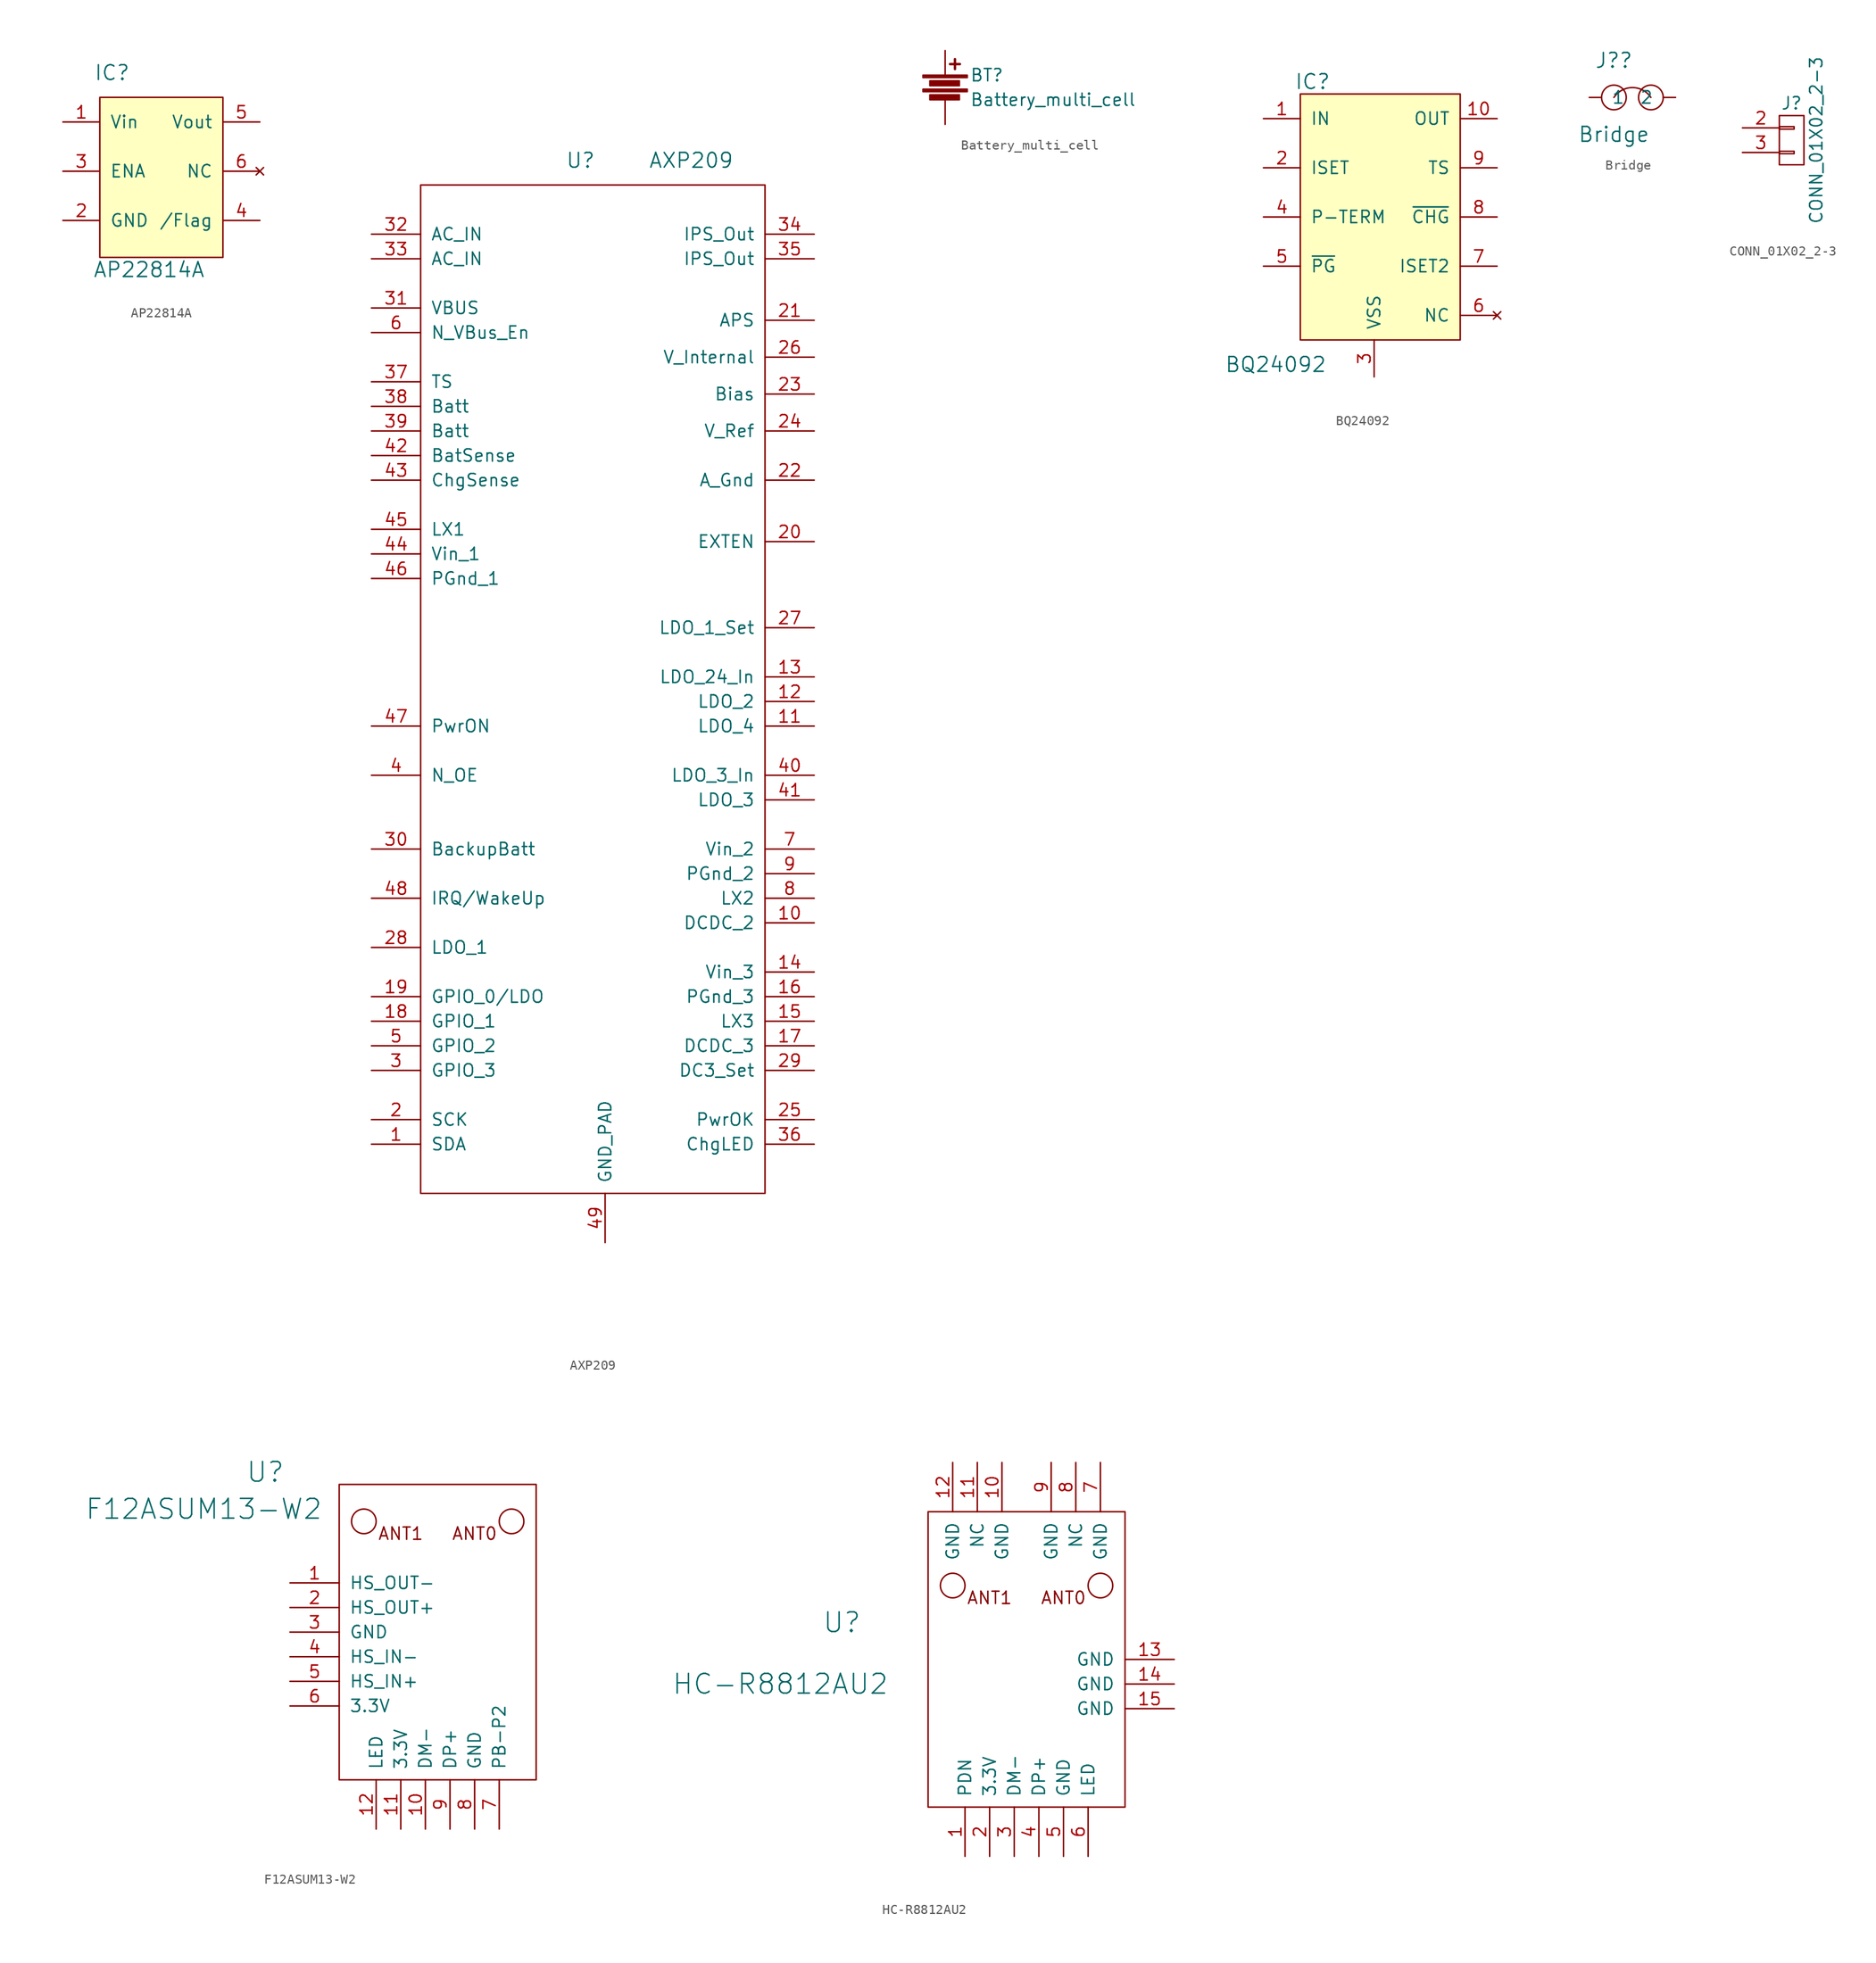
<source format=kicad_sym>
(kicad_symbol_lib
  (version 20210619)
  (generator kicad_symbol_editor)
  (symbol "CustomComponents:AP22814A"
    (pin_names
      (offset 1.016))
    (property "Reference" "IC"
      (at -3.81 8.89 0)
      (effects (font (size 1.524 1.524))))
    (property "Value" "AP22814A"
      (at 0 -11.43 0)
      (effects (font (size 1.524 1.524))))
    (symbol "AP22814A_0_1"
      (rectangle (start -5.08 6.35) (end 7.62 -10.16) (stroke (width 0)) (fill (type background))))
    (symbol "AP22814A_1_1"
      (pin input line (at -8.89 3.81 0) (length 3.81) (name "Vin" (effects (font (size 1.27 1.27)))) (number "1" (effects (font (size 1.27 1.27)))))
      (pin input line (at -8.89 -6.35 0) (length 3.81) (name "GND" (effects (font (size 1.27 1.27)))) (number "2" (effects (font (size 1.27 1.27)))))
      (pin input line (at -8.89 -1.27 0) (length 3.81) (name "ENA" (effects (font (size 1.27 1.27)))) (number "3" (effects (font (size 1.27 1.27)))))
      (pin output line (at 11.43 -6.35 180) (length 3.81) (name "/Flag" (effects (font (size 1.27 1.27)))) (number "4" (effects (font (size 1.27 1.27)))))
      (pin power_out line (at 11.43 3.81 180) (length 3.81) (name "Vout" (effects (font (size 1.27 1.27)))) (number "5" (effects (font (size 1.27 1.27)))))
      (pin no_connect line (at 11.43 -1.27 180) (length 3.81) (name "NC" (effects (font (size 1.27 1.27)))) (number "6" (effects (font (size 1.27 1.27)))))))
  (symbol "CustomComponents:AXP209"
    (pin_names
      (offset 1.016))
    (property "Reference" "U"
      (at -6.35 40.64 0)
      (effects (font (size 1.524 1.524))))
    (property "Value" "AXP209"
      (at 5.08 40.64 0)
      (effects (font (size 1.524 1.524))))
    (symbol "AXP209_0_1"
      (rectangle (start -22.86 38.1) (end 12.7 -66.04) (stroke (width 0)) (fill (type none))))
    (symbol "AXP209_1_1"
      (pin input line (at -27.94 -60.96 0) (length 5.08) (name "SDA" (effects (font (size 1.27 1.27)))) (number "1" (effects (font (size 1.27 1.27)))))
      (pin input line (at 17.78 -38.1 180) (length 5.08) (name "DCDC_2" (effects (font (size 1.27 1.27)))) (number "10" (effects (font (size 1.27 1.27)))))
      (pin input line (at 17.78 -17.78 180) (length 5.08) (name "LDO_4" (effects (font (size 1.27 1.27)))) (number "11" (effects (font (size 1.27 1.27)))))
      (pin input line (at 17.78 -15.24 180) (length 5.08) (name "LDO_2" (effects (font (size 1.27 1.27)))) (number "12" (effects (font (size 1.27 1.27)))))
      (pin input line (at 17.78 -12.7 180) (length 5.08) (name "LDO_24_In" (effects (font (size 1.27 1.27)))) (number "13" (effects (font (size 1.27 1.27)))))
      (pin input line (at 17.78 -43.18 180) (length 5.08) (name "Vin_3" (effects (font (size 1.27 1.27)))) (number "14" (effects (font (size 1.27 1.27)))))
      (pin input line (at 17.78 -48.26 180) (length 5.08) (name "LX3" (effects (font (size 1.27 1.27)))) (number "15" (effects (font (size 1.27 1.27)))))
      (pin input line (at 17.78 -45.72 180) (length 5.08) (name "PGnd_3" (effects (font (size 1.27 1.27)))) (number "16" (effects (font (size 1.27 1.27)))))
      (pin input line (at 17.78 -50.8 180) (length 5.08) (name "DCDC_3" (effects (font (size 1.27 1.27)))) (number "17" (effects (font (size 1.27 1.27)))))
      (pin input line (at -27.94 -48.26 0) (length 5.08) (name "GPIO_1" (effects (font (size 1.27 1.27)))) (number "18" (effects (font (size 1.27 1.27)))))
      (pin input line (at -27.94 -45.72 0) (length 5.08) (name "GPIO_0/LDO" (effects (font (size 1.27 1.27)))) (number "19" (effects (font (size 1.27 1.27)))))
      (pin input line (at -27.94 -58.42 0) (length 5.08) (name "SCK" (effects (font (size 1.27 1.27)))) (number "2" (effects (font (size 1.27 1.27)))))
      (pin output line (at 17.78 1.27 180) (length 5.08) (name "EXTEN" (effects (font (size 1.27 1.27)))) (number "20" (effects (font (size 1.27 1.27)))))
      (pin input line (at 17.78 24.13 180) (length 5.08) (name "APS" (effects (font (size 1.27 1.27)))) (number "21" (effects (font (size 1.27 1.27)))))
      (pin input line (at 17.78 7.62 180) (length 5.08) (name "A_Gnd" (effects (font (size 1.27 1.27)))) (number "22" (effects (font (size 1.27 1.27)))))
      (pin input line (at 17.78 16.51 180) (length 5.08) (name "Bias" (effects (font (size 1.27 1.27)))) (number "23" (effects (font (size 1.27 1.27)))))
      (pin input line (at 17.78 12.7 180) (length 5.08) (name "V_Ref" (effects (font (size 1.27 1.27)))) (number "24" (effects (font (size 1.27 1.27)))))
      (pin input line (at 17.78 -58.42 180) (length 5.08) (name "PwrOK" (effects (font (size 1.27 1.27)))) (number "25" (effects (font (size 1.27 1.27)))))
      (pin input line (at 17.78 20.32 180) (length 5.08) (name "V_Internal" (effects (font (size 1.27 1.27)))) (number "26" (effects (font (size 1.27 1.27)))))
      (pin input line (at 17.78 -7.62 180) (length 5.08) (name "LDO_1_Set" (effects (font (size 1.27 1.27)))) (number "27" (effects (font (size 1.27 1.27)))))
      (pin input line (at -27.94 -40.64 0) (length 5.08) (name "LDO_1" (effects (font (size 1.27 1.27)))) (number "28" (effects (font (size 1.27 1.27)))))
      (pin input line (at 17.78 -53.34 180) (length 5.08) (name "DC3_Set" (effects (font (size 1.27 1.27)))) (number "29" (effects (font (size 1.27 1.27)))))
      (pin input line (at -27.94 -53.34 0) (length 5.08) (name "GPIO_3" (effects (font (size 1.27 1.27)))) (number "3" (effects (font (size 1.27 1.27)))))
      (pin input line (at -27.94 -30.48 0) (length 5.08) (name "BackupBatt" (effects (font (size 1.27 1.27)))) (number "30" (effects (font (size 1.27 1.27)))))
      (pin input line (at -27.94 25.4 0) (length 5.08) (name "VBUS" (effects (font (size 1.27 1.27)))) (number "31" (effects (font (size 1.27 1.27)))))
      (pin input line (at -27.94 33.02 0) (length 5.08) (name "AC_IN" (effects (font (size 1.27 1.27)))) (number "32" (effects (font (size 1.27 1.27)))))
      (pin input line (at -27.94 30.48 0) (length 5.08) (name "AC_IN" (effects (font (size 1.27 1.27)))) (number "33" (effects (font (size 1.27 1.27)))))
      (pin input line (at 17.78 33.02 180) (length 5.08) (name "IPS_Out" (effects (font (size 1.27 1.27)))) (number "34" (effects (font (size 1.27 1.27)))))
      (pin input line (at 17.78 30.48 180) (length 5.08) (name "IPS_Out" (effects (font (size 1.27 1.27)))) (number "35" (effects (font (size 1.27 1.27)))))
      (pin input line (at 17.78 -60.96 180) (length 5.08) (name "ChgLED" (effects (font (size 1.27 1.27)))) (number "36" (effects (font (size 1.27 1.27)))))
      (pin input line (at -27.94 17.78 0) (length 5.08) (name "TS" (effects (font (size 1.27 1.27)))) (number "37" (effects (font (size 1.27 1.27)))))
      (pin input line (at -27.94 15.24 0) (length 5.08) (name "Batt" (effects (font (size 1.27 1.27)))) (number "38" (effects (font (size 1.27 1.27)))))
      (pin input line (at -27.94 12.7 0) (length 5.08) (name "Batt" (effects (font (size 1.27 1.27)))) (number "39" (effects (font (size 1.27 1.27)))))
      (pin input line (at -27.94 -22.86 0) (length 5.08) (name "N_OE" (effects (font (size 1.27 1.27)))) (number "4" (effects (font (size 1.27 1.27)))))
      (pin input line (at 17.78 -22.86 180) (length 5.08) (name "LDO_3_In" (effects (font (size 1.27 1.27)))) (number "40" (effects (font (size 1.27 1.27)))))
      (pin input line (at 17.78 -25.4 180) (length 5.08) (name "LDO_3" (effects (font (size 1.27 1.27)))) (number "41" (effects (font (size 1.27 1.27)))))
      (pin input line (at -27.94 10.16 0) (length 5.08) (name "BatSense" (effects (font (size 1.27 1.27)))) (number "42" (effects (font (size 1.27 1.27)))))
      (pin input line (at -27.94 7.62 0) (length 5.08) (name "ChgSense" (effects (font (size 1.27 1.27)))) (number "43" (effects (font (size 1.27 1.27)))))
      (pin input line (at -27.94 0 0) (length 5.08) (name "Vin_1" (effects (font (size 1.27 1.27)))) (number "44" (effects (font (size 1.27 1.27)))))
      (pin input line (at -27.94 2.54 0) (length 5.08) (name "LX1" (effects (font (size 1.27 1.27)))) (number "45" (effects (font (size 1.27 1.27)))))
      (pin input line (at -27.94 -2.54 0) (length 5.08) (name "PGnd_1" (effects (font (size 1.27 1.27)))) (number "46" (effects (font (size 1.27 1.27)))))
      (pin input line (at -27.94 -17.78 0) (length 5.08) (name "PwrON" (effects (font (size 1.27 1.27)))) (number "47" (effects (font (size 1.27 1.27)))))
      (pin input line (at -27.94 -35.56 0) (length 5.08) (name "IRQ/WakeUp" (effects (font (size 1.27 1.27)))) (number "48" (effects (font (size 1.27 1.27)))))
      (pin input line (at -3.81 -71.12 90) (length 5.08) (name "GND_PAD" (effects (font (size 1.27 1.27)))) (number "49" (effects (font (size 1.27 1.27)))))
      (pin input line (at -27.94 -50.8 0) (length 5.08) (name "GPIO_2" (effects (font (size 1.27 1.27)))) (number "5" (effects (font (size 1.27 1.27)))))
      (pin input line (at -27.94 22.86 0) (length 5.08) (name "N_VBus_En" (effects (font (size 1.27 1.27)))) (number "6" (effects (font (size 1.27 1.27)))))
      (pin input line (at 17.78 -30.48 180) (length 5.08) (name "Vin_2" (effects (font (size 1.27 1.27)))) (number "7" (effects (font (size 1.27 1.27)))))
      (pin input line (at 17.78 -35.56 180) (length 5.08) (name "LX2" (effects (font (size 1.27 1.27)))) (number "8" (effects (font (size 1.27 1.27)))))
      (pin input line (at 17.78 -33.02 180) (length 5.08) (name "PGnd_2" (effects (font (size 1.27 1.27)))) (number "9" (effects (font (size 1.27 1.27)))))))
  (symbol "CustomComponents:Battery_multi_cell"
    (pin_numbers hide)
    (pin_names
      (offset 0))
    (property "Reference" "BT"
      (at 2.54 1.27 0)
      (effects (font (size 1.27 1.27)) (justify left)))
    (property "Value" "Battery_multi_cell"
      (at 2.54 -1.27 0)
      (effects (font (size 1.27 1.27)) (justify left)))
    (property "Footprint" ""
      (at 0 1.016 90)
      (effects (font (size 1.27 1.27))))
    (property "Datasheet" ""
      (at 0 1.016 90)
      (effects (font (size 1.27 1.27))))
    (symbol "Battery_multi_cell_0_1"
      (rectangle (start -2.286 -0.178) (end 2.286 -0.432) (stroke (width 0)) (fill (type outline)))
      (rectangle (start -2.286 1.27) (end 2.286 1.016) (stroke (width 0)) (fill (type outline)))
      (rectangle (start -1.575 -0.762) (end 1.473 -1.27) (stroke (width 0)) (fill (type outline)))
      (rectangle (start -1.575 0.686) (end 1.473 0.178) (stroke (width 0)) (fill (type outline)))
      (polyline (pts (xy 0.508 2.413) (xy 1.524 2.413)) (stroke (width 0.254)) (fill (type none)))
      (polyline (pts (xy 1.016 2.921) (xy 1.016 1.905)) (stroke (width 0.254)) (fill (type none))))
    (symbol "Battery_multi_cell_1_1"
      (pin passive line (at 0 3.81 270) (length 2.54) (name "~" (effects (font (size 1.27 1.27)))) (number "1" (effects (font (size 1.27 1.27)))))
      (pin passive line (at 0 -3.81 90) (length 2.54) (name "~" (effects (font (size 1.27 1.27)))) (number "2" (effects (font (size 1.27 1.27)))))))
  (symbol "CustomComponents:BQ24092"
    (pin_names
      (offset 1.016))
    (property "Reference" "IC"
      (at -3.81 8.89 0)
      (effects (font (size 1.524 1.524))))
    (property "Value" "BQ24092"
      (at -7.62 -20.32 0)
      (effects (font (size 1.524 1.524))))
    (property "Footprint" ""
      (at 0 0 0)
      (effects (font (size 1.524 1.524))))
    (property "Datasheet" ""
      (at 0 0 0)
      (effects (font (size 1.524 1.524))))
    (symbol "BQ24092_0_1"
      (rectangle (start -5.08 7.62) (end 11.43 -17.78) (stroke (width 0)) (fill (type background))))
    (symbol "BQ24092_1_1"
      (pin power_in line (at -8.89 5.08 0) (length 3.81) (name "IN" (effects (font (size 1.27 1.27)))) (number "1" (effects (font (size 1.27 1.27)))))
      (pin power_out line (at 15.24 5.08 180) (length 3.81) (name "OUT" (effects (font (size 1.27 1.27)))) (number "10" (effects (font (size 1.27 1.27)))))
      (pin input line (at -8.89 0 0) (length 3.81) (name "ISET" (effects (font (size 1.27 1.27)))) (number "2" (effects (font (size 1.27 1.27)))))
      (pin power_in line (at 2.54 -21.59 90) (length 3.81) (name "VSS" (effects (font (size 1.27 1.27)))) (number "3" (effects (font (size 1.27 1.27)))))
      (pin input line (at -8.89 -5.08 0) (length 3.81) (name "P-TERM" (effects (font (size 1.27 1.27)))) (number "4" (effects (font (size 1.27 1.27)))))
      (pin open_collector line (at -8.89 -10.16 0) (length 3.81) (name "~{PG}" (effects (font (size 1.27 1.27)))) (number "5" (effects (font (size 1.27 1.27)))))
      (pin no_connect line (at 15.24 -15.24 180) (length 3.81) (name "NC" (effects (font (size 1.27 1.27)))) (number "6" (effects (font (size 1.27 1.27)))))
      (pin input line (at 15.24 -10.16 180) (length 3.81) (name "ISET2" (effects (font (size 1.27 1.27)))) (number "7" (effects (font (size 1.27 1.27)))))
      (pin open_collector line (at 15.24 -5.08 180) (length 3.81) (name "~{CHG}" (effects (font (size 1.27 1.27)))) (number "8" (effects (font (size 1.27 1.27)))))
      (pin input line (at 15.24 0 180) (length 3.81) (name "TS" (effects (font (size 1.27 1.27)))) (number "9" (effects (font (size 1.27 1.27)))))))
  (symbol "CustomComponents:Bridge"
    (pin_names
      (offset 1.016))
    (property "Reference" "J?"
      (at -1.27 3.81 0)
      (effects (font (size 1.524 1.524))))
    (property "Value" "Bridge"
      (at -1.27 -3.81 0)
      (effects (font (size 1.524 1.524))))
    (symbol "Bridge_0_1"
      (arc (start -1.27 0) (end 2.54 0) (radius (at 0.635 -1.27) (length 2.286) (angles 146.3 33.7)) (stroke (width 0)) (fill (type none)))
      (circle (center -1.27 0) (radius 1.27) (stroke (width 0)) (fill (type none)))
      (circle (center 2.54 0) (radius 1.27) (stroke (width 0)) (fill (type none))))
    (symbol "Bridge_1_1"
      (pin bidirectional line (at -3.81 0 0) (length 1.27) (name "1" (effects (font (size 1.27 1.27)))) (number "~" (effects (font (size 1.27 1.27)))))
      (pin bidirectional line (at 5.08 0 180) (length 1.27) (name "2" (effects (font (size 1.27 1.27)))) (number "~" (effects (font (size 1.27 1.27)))))))
  (symbol "CustomComponents:CONN_01X02_2-3"
    (pin_names
      (offset 1.016) hide)
    (property "Reference" "J"
      (at 0 3.81 0)
      (effects (font (size 1.27 1.27))))
    (property "Value" "CONN_01X02_2-3"
      (at 2.54 0 90)
      (effects (font (size 1.27 1.27))))
    (symbol "CONN_01X02_2-3_0_1"
      (rectangle (start -1.27 -1.143) (end 0.254 -1.397) (stroke (width 0)) (fill (type none)))
      (rectangle (start -1.27 1.397) (end 0.254 1.143) (stroke (width 0)) (fill (type none)))
      (rectangle (start -1.27 2.54) (end 1.27 -2.54) (stroke (width 0)) (fill (type none))))
    (symbol "CONN_01X02_2-3_1_1"
      (pin passive line (at -5.08 1.27 0) (length 3.81) (name "P2" (effects (font (size 1.27 1.27)))) (number "2" (effects (font (size 1.27 1.27)))))
      (pin passive line (at -5.08 -1.27 0) (length 3.81) (name "P3" (effects (font (size 1.27 1.27)))) (number "3" (effects (font (size 1.27 1.27)))))))
  (symbol "CustomComponents:F12ASUM13-W2"
    (pin_names
      (offset 1.016))
    (property "Reference" "U"
      (at -25.4 31.75 0)
      (effects (font (size 2.032 2.032))))
    (property "Value" "F12ASUM13-W2"
      (at -31.75 27.94 0)
      (effects (font (size 2.032 2.032))))
    (symbol "F12ASUM13-W2_0_0"
      (text "ANT0" (at -3.81 25.4 0) (effects (font (size 1.27 1.27))))
      (text "ANT1" (at -11.43 25.4 0) (effects (font (size 1.27 1.27)))))
    (symbol "F12ASUM13-W2_0_1"
      (circle (center -15.24 26.67) (radius 1.27) (stroke (width 0)) (fill (type none)))
      (circle (center 0 26.67) (radius 1.27) (stroke (width 0)) (fill (type none)))
      (rectangle (start -17.78 0) (end 2.54 30.48) (stroke (width 0)) (fill (type none))))
    (symbol "F12ASUM13-W2_1_1"
      (pin input line (at -22.86 20.32 0) (length 5.08) (name "HS_OUT-" (effects (font (size 1.27 1.27)))) (number "1" (effects (font (size 1.27 1.27)))))
      (pin input line (at -8.89 -5.08 90) (length 5.08) (name "DM-" (effects (font (size 1.27 1.27)))) (number "10" (effects (font (size 1.27 1.27)))))
      (pin input line (at -11.43 -5.08 90) (length 5.08) (name "3.3V" (effects (font (size 1.27 1.27)))) (number "11" (effects (font (size 1.27 1.27)))))
      (pin input line (at -13.97 -5.08 90) (length 5.08) (name "LED" (effects (font (size 1.27 1.27)))) (number "12" (effects (font (size 1.27 1.27)))))
      (pin input line (at -22.86 17.78 0) (length 5.08) (name "HS_OUT+" (effects (font (size 1.27 1.27)))) (number "2" (effects (font (size 1.27 1.27)))))
      (pin input line (at -22.86 15.24 0) (length 5.08) (name "GND" (effects (font (size 1.27 1.27)))) (number "3" (effects (font (size 1.27 1.27)))))
      (pin input line (at -22.86 12.7 0) (length 5.08) (name "HS_IN-" (effects (font (size 1.27 1.27)))) (number "4" (effects (font (size 1.27 1.27)))))
      (pin input line (at -22.86 10.16 0) (length 5.08) (name "HS_IN+" (effects (font (size 1.27 1.27)))) (number "5" (effects (font (size 1.27 1.27)))))
      (pin input line (at -22.86 7.62 0) (length 5.08) (name "3.3V" (effects (font (size 1.27 1.27)))) (number "6" (effects (font (size 1.27 1.27)))))
      (pin input line (at -1.27 -5.08 90) (length 5.08) (name "PB-P2" (effects (font (size 1.27 1.27)))) (number "7" (effects (font (size 1.27 1.27)))))
      (pin input line (at -3.81 -5.08 90) (length 5.08) (name "GND" (effects (font (size 1.27 1.27)))) (number "8" (effects (font (size 1.27 1.27)))))
      (pin input line (at -6.35 -5.08 90) (length 5.08) (name "DP+" (effects (font (size 1.27 1.27)))) (number "9" (effects (font (size 1.27 1.27)))))))
  (symbol "CustomComponents:HC-R8812AU2"
    (pin_names
      (offset 1.016))
    (property "Reference" "U"
      (at -26.67 19.05 0)
      (effects (font (size 2.032 2.032))))
    (property "Value" "HC-R8812AU2"
      (at -33.02 12.7 0)
      (effects (font (size 2.032 2.032))))
    (symbol "HC-R8812AU2_0_0"
      (text "ANT0" (at -3.81 21.59 0) (effects (font (size 1.27 1.27))))
      (text "ANT1" (at -11.43 21.59 0) (effects (font (size 1.27 1.27)))))
    (symbol "HC-R8812AU2_0_1"
      (circle (center -15.24 22.86) (radius 1.27) (stroke (width 0)) (fill (type none)))
      (circle (center 0 22.86) (radius 1.27) (stroke (width 0)) (fill (type none)))
      (rectangle (start -17.78 0) (end 2.54 30.48) (stroke (width 0)) (fill (type none))))
    (symbol "HC-R8812AU2_1_1"
      (pin input line (at -13.97 -5.08 90) (length 5.08) (name "PDN" (effects (font (size 1.27 1.27)))) (number "1" (effects (font (size 1.27 1.27)))))
      (pin input line (at -10.16 35.56 270) (length 5.08) (name "GND" (effects (font (size 1.27 1.27)))) (number "10" (effects (font (size 1.27 1.27)))))
      (pin input line (at -12.7 35.56 270) (length 5.08) (name "NC" (effects (font (size 1.27 1.27)))) (number "11" (effects (font (size 1.27 1.27)))))
      (pin input line (at -15.24 35.56 270) (length 5.08) (name "GND" (effects (font (size 1.27 1.27)))) (number "12" (effects (font (size 1.27 1.27)))))
      (pin input line (at 7.62 15.24 180) (length 5.08) (name "GND" (effects (font (size 1.27 1.27)))) (number "13" (effects (font (size 1.27 1.27)))))
      (pin input line (at 7.62 12.7 180) (length 5.08) (name "GND" (effects (font (size 1.27 1.27)))) (number "14" (effects (font (size 1.27 1.27)))))
      (pin input line (at 7.62 10.16 180) (length 5.08) (name "GND" (effects (font (size 1.27 1.27)))) (number "15" (effects (font (size 1.27 1.27)))))
      (pin input line (at -11.43 -5.08 90) (length 5.08) (name "3.3V" (effects (font (size 1.27 1.27)))) (number "2" (effects (font (size 1.27 1.27)))))
      (pin input line (at -8.89 -5.08 90) (length 5.08) (name "DM-" (effects (font (size 1.27 1.27)))) (number "3" (effects (font (size 1.27 1.27)))))
      (pin input line (at -6.35 -5.08 90) (length 5.08) (name "DP+" (effects (font (size 1.27 1.27)))) (number "4" (effects (font (size 1.27 1.27)))))
      (pin input line (at -3.81 -5.08 90) (length 5.08) (name "GND" (effects (font (size 1.27 1.27)))) (number "5" (effects (font (size 1.27 1.27)))))
      (pin input line (at -1.27 -5.08 90) (length 5.08) (name "LED" (effects (font (size 1.27 1.27)))) (number "6" (effects (font (size 1.27 1.27)))))
      (pin input line (at 0 35.56 270) (length 5.08) (name "GND" (effects (font (size 1.27 1.27)))) (number "7" (effects (font (size 1.27 1.27)))))
      (pin input line (at -2.54 35.56 270) (length 5.08) (name "NC" (effects (font (size 1.27 1.27)))) (number "8" (effects (font (size 1.27 1.27)))))
      (pin input line (at -5.08 35.56 270) (length 5.08) (name "GND" (effects (font (size 1.27 1.27)))) (number "9" (effects (font (size 1.27 1.27))))))))
</source>
